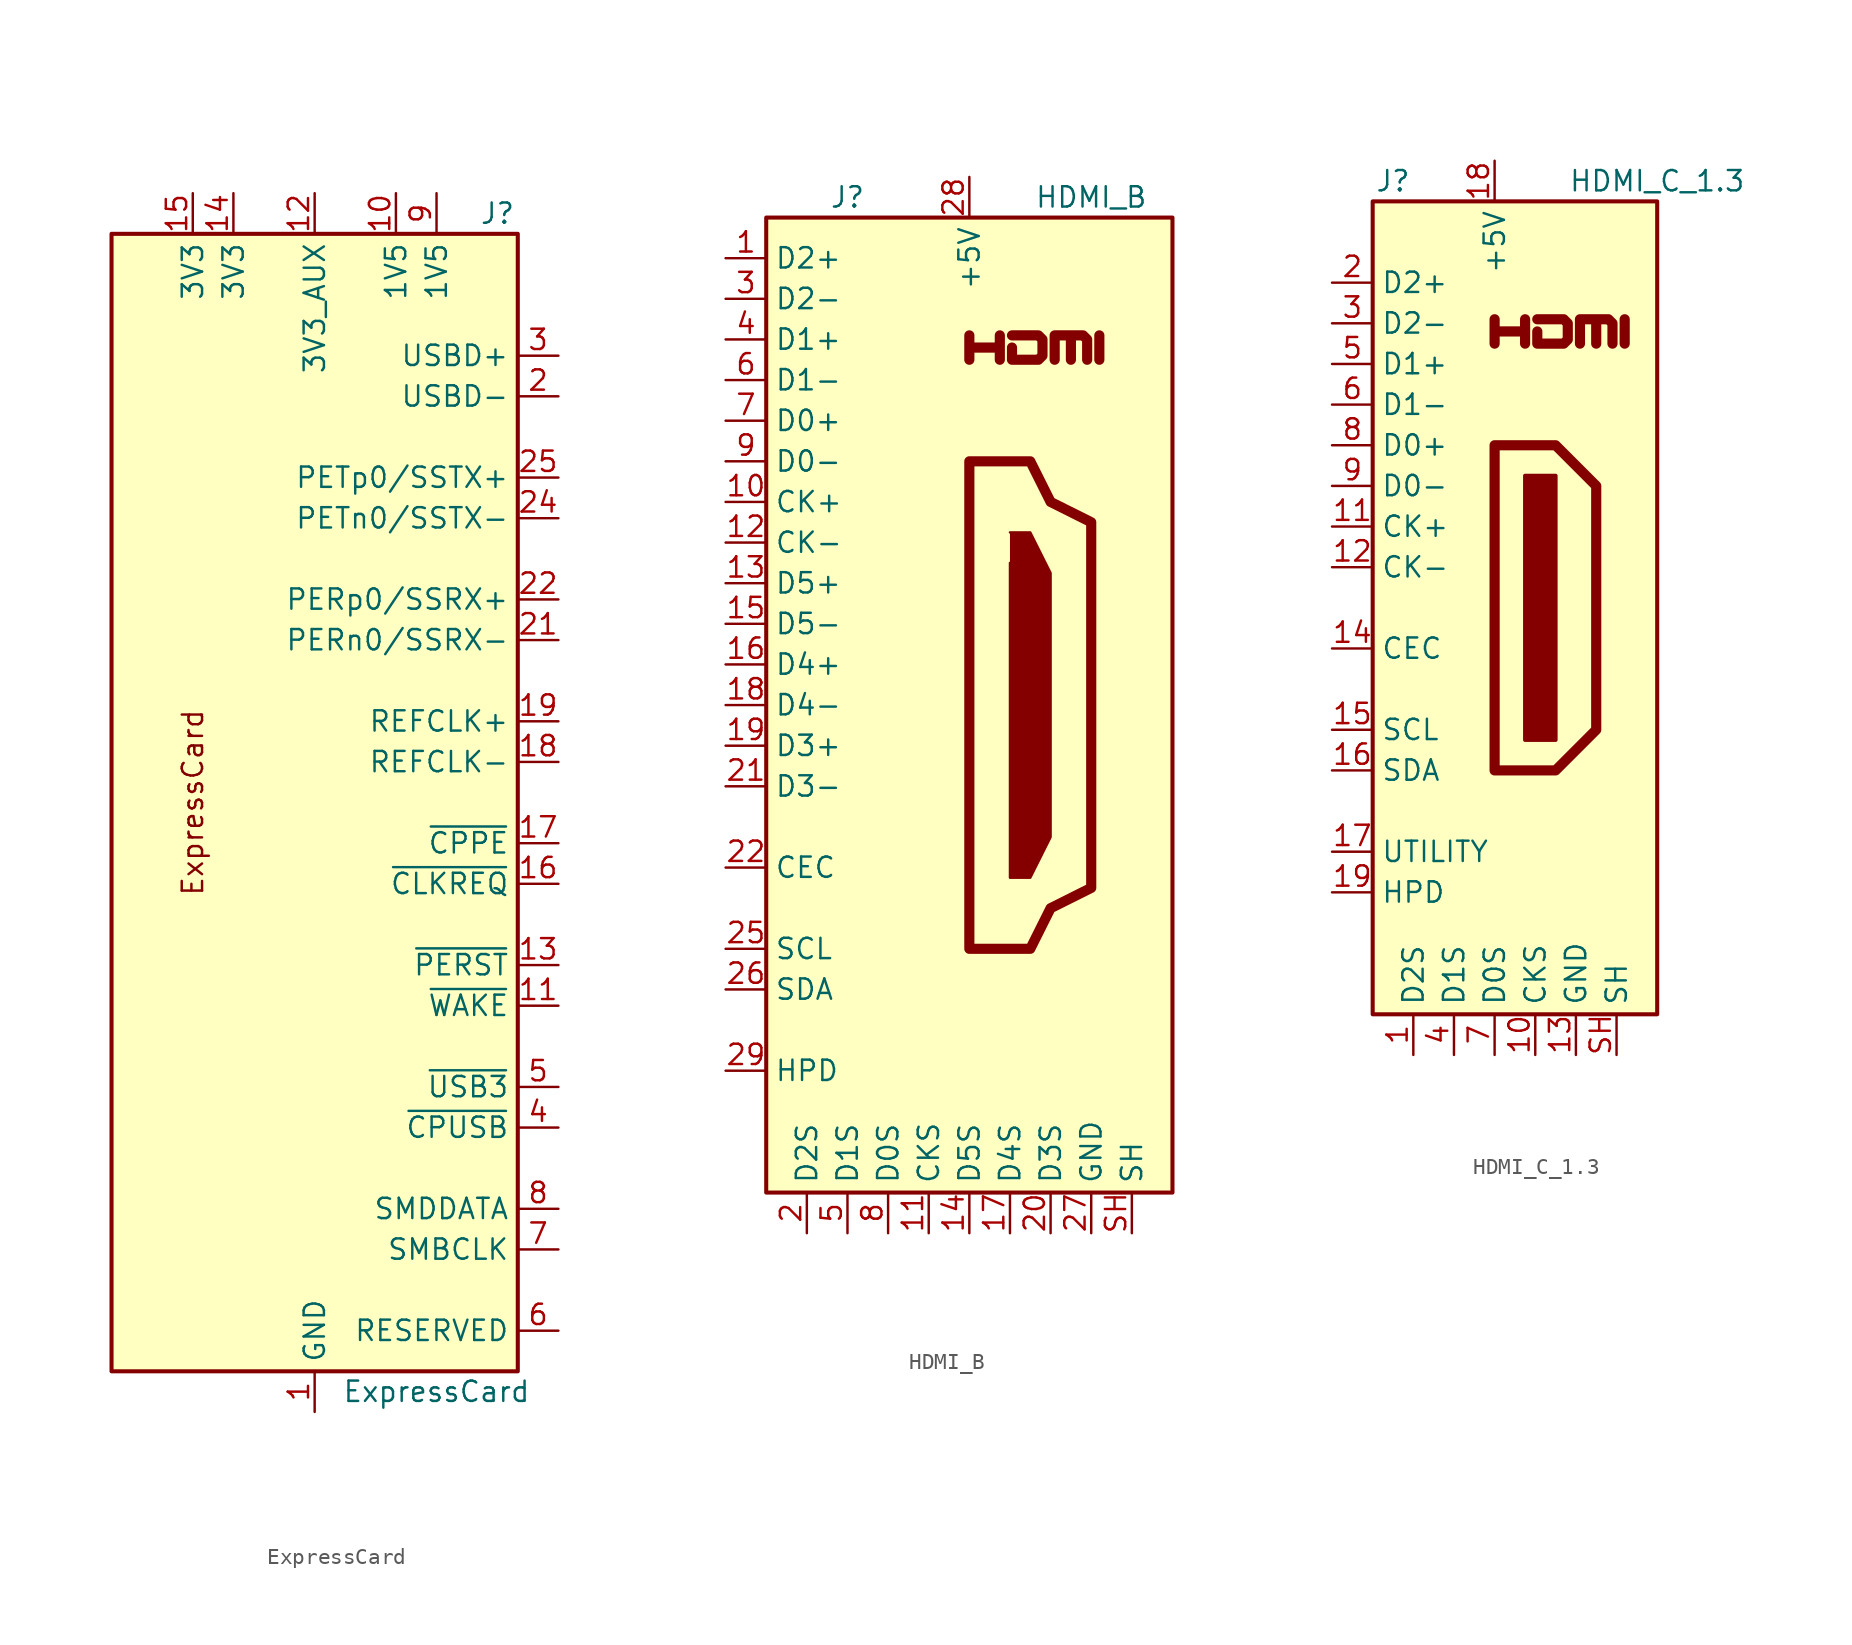
<source format=kicad_sym>
(kicad_symbol_lib
  (version 20220914)
  (generator kicad_symbol_editor)
  (symbol "ExpressCard"
    (property "Reference" "J"
      (at 11.43 36.83 0)
      (effects (font (size 1.27 1.27))))
    (property "Value" "ExpressCard"
      (at 7.62 -36.83 0)
      (effects (font (size 1.27 1.27))))
    (symbol "ExpressCard_0_0"
      (text "ExpressCard" (at -7.62 0 900) (effects (font (size 1.27 1.27)))))
    (symbol "ExpressCard_0_1"
      (rectangle (start -12.7 35.56) (end 12.7 -35.56) (stroke (width 0.254) (type default)) (fill (type background))))
    (symbol "ExpressCard_1_1"
      (pin power_out line (at 0 -38.1 90) (length 2.54) (name "GND" (effects (font (size 1.27 1.27)))) (number "1" (effects (font (size 1.27 1.27)))))
      (pin power_out line (at 5.08 38.1 270) (length 2.54) (name "1V5" (effects (font (size 1.27 1.27)))) (number "10" (effects (font (size 1.27 1.27)))))
      (pin input line (at 15.24 -12.7 180) (length 2.54) (name "~{WAKE}" (effects (font (size 1.27 1.27)))) (number "11" (effects (font (size 1.27 1.27)))))
      (pin power_out line (at 0 38.1 270) (length 2.54) (name "3V3_AUX" (effects (font (size 1.27 1.27)))) (number "12" (effects (font (size 1.27 1.27)))))
      (pin output line (at 15.24 -10.16 180) (length 2.54) (name "~{PERST}" (effects (font (size 1.27 1.27)))) (number "13" (effects (font (size 1.27 1.27)))))
      (pin power_out line (at -5.08 38.1 270) (length 2.54) (name "3V3" (effects (font (size 1.27 1.27)))) (number "14" (effects (font (size 1.27 1.27)))))
      (pin power_out line (at -7.62 38.1 270) (length 2.54) (name "3V3" (effects (font (size 1.27 1.27)))) (number "15" (effects (font (size 1.27 1.27)))))
      (pin input line (at 15.24 -5.08 180) (length 2.54) (name "~{CLKREQ}" (effects (font (size 1.27 1.27)))) (number "16" (effects (font (size 1.27 1.27)))))
      (pin input line (at 15.24 -2.54 180) (length 2.54) (name "~{CPPE}" (effects (font (size 1.27 1.27)))) (number "17" (effects (font (size 1.27 1.27)))))
      (pin output line (at 15.24 2.54 180) (length 2.54) (name "REFCLK-" (effects (font (size 1.27 1.27)))) (number "18" (effects (font (size 1.27 1.27)))))
      (pin output line (at 15.24 5.08 180) (length 2.54) (name "REFCLK+" (effects (font (size 1.27 1.27)))) (number "19" (effects (font (size 1.27 1.27)))))
      (pin bidirectional line (at 15.24 25.4 180) (length 2.54) (name "USBD-" (effects (font (size 1.27 1.27)))) (number "2" (effects (font (size 1.27 1.27)))))
      (pin passive line (at 0 -38.1 90) (length 2.54) hide (name "GND" (effects (font (size 1.27 1.27)))) (number "20" (effects (font (size 1.27 1.27)))))
      (pin input line (at 15.24 10.16 180) (length 2.54) (name "PERn0/SSRX-" (effects (font (size 1.27 1.27)))) (number "21" (effects (font (size 1.27 1.27)))))
      (pin input line (at 15.24 12.7 180) (length 2.54) (name "PERp0/SSRX+" (effects (font (size 1.27 1.27)))) (number "22" (effects (font (size 1.27 1.27)))))
      (pin passive line (at 0 -38.1 90) (length 2.54) hide (name "GND" (effects (font (size 1.27 1.27)))) (number "23" (effects (font (size 1.27 1.27)))))
      (pin output line (at 15.24 17.78 180) (length 2.54) (name "PETn0/SSTX-" (effects (font (size 1.27 1.27)))) (number "24" (effects (font (size 1.27 1.27)))))
      (pin output line (at 15.24 20.32 180) (length 2.54) (name "PETp0/SSTX+" (effects (font (size 1.27 1.27)))) (number "25" (effects (font (size 1.27 1.27)))))
      (pin passive line (at 0 -38.1 90) (length 2.54) hide (name "GND" (effects (font (size 1.27 1.27)))) (number "26" (effects (font (size 1.27 1.27)))))
      (pin bidirectional line (at 15.24 27.94 180) (length 2.54) (name "USBD+" (effects (font (size 1.27 1.27)))) (number "3" (effects (font (size 1.27 1.27)))))
      (pin input line (at 15.24 -20.32 180) (length 2.54) (name "~{CPUSB}" (effects (font (size 1.27 1.27)))) (number "4" (effects (font (size 1.27 1.27)))))
      (pin bidirectional line (at 15.24 -17.78 180) (length 2.54) (name "~{USB3}" (effects (font (size 1.27 1.27)))) (number "5" (effects (font (size 1.27 1.27)))))
      (pin passive line (at 15.24 -33.02 180) (length 2.54) (name "RESERVED" (effects (font (size 1.27 1.27)))) (number "6" (effects (font (size 1.27 1.27)))))
      (pin output line (at 15.24 -27.94 180) (length 2.54) (name "SMBCLK" (effects (font (size 1.27 1.27)))) (number "7" (effects (font (size 1.27 1.27)))))
      (pin bidirectional line (at 15.24 -25.4 180) (length 2.54) (name "SMDDATA" (effects (font (size 1.27 1.27)))) (number "8" (effects (font (size 1.27 1.27)))))
      (pin power_out line (at 7.62 38.1 270) (length 2.54) (name "1V5" (effects (font (size 1.27 1.27)))) (number "9" (effects (font (size 1.27 1.27)))))))
  (symbol "HDMI_B"
    (property "Reference" "J"
      (at -7.62 31.75 0)
      (effects (font (size 1.27 1.27))))
    (property "Value" "HDMI_B"
      (at 7.62 31.75 0)
      (effects (font (size 1.27 1.27))))
    (symbol "HDMI_B_0_0"
      (polyline (pts (xy 8.128 21.59) (xy 8.128 23.114)) (stroke (width 0.635) (type default)) (fill (type none)))
      (polyline (pts (xy 0 21.59) (xy 0 23.114) (xy 0 22.352) (xy 1.905 22.352) (xy 1.905 23.114) (xy 1.905 21.59)) (stroke (width 0.635) (type default)) (fill (type none)))
      (polyline (pts (xy 2.667 23.114) (xy 4.318 23.114) (xy 4.572 22.86) (xy 4.572 21.844) (xy 4.318 21.59) (xy 2.667 21.59) (xy 2.667 22.352)) (stroke (width 0.635) (type default)) (fill (type none))))
    (symbol "HDMI_B_0_1"
      (rectangle (start -12.7 30.48) (end 12.7 -30.48) (stroke (width 0.254) (type default)) (fill (type background)))
      (polyline (pts (xy 2.54 10.795) (xy 3.81 10.795) (xy 5.08 8.255) (xy 5.08 -8.255) (xy 3.81 -10.795) (xy 2.54 -10.795) (xy 2.54 8.89)) (stroke (width 0) (type default)) (fill (type outline)))
      (polyline (pts (xy 5.334 21.59) (xy 5.334 23.114) (xy 6.35 23.114) (xy 6.35 21.59) (xy 6.35 23.114) (xy 7.112 23.114) (xy 7.366 22.86) (xy 7.366 21.59)) (stroke (width 0.635) (type default)) (fill (type none)))
      (polyline (pts (xy 0 15.24) (xy 0 -15.24) (xy 3.81 -15.24) (xy 5.08 -12.7) (xy 7.62 -11.43) (xy 7.62 11.43) (xy 5.08 12.7) (xy 3.81 15.24) (xy 0 15.24)) (stroke (width 0.635) (type default)) (fill (type none))))
    (symbol "HDMI_B_1_1"
      (pin passive line (at -15.24 27.94 0) (length 2.54) (name "D2+" (effects (font (size 1.27 1.27)))) (number "1" (effects (font (size 1.27 1.27)))))
      (pin passive line (at -15.24 12.7 0) (length 2.54) (name "CK+" (effects (font (size 1.27 1.27)))) (number "10" (effects (font (size 1.27 1.27)))))
      (pin power_in line (at -2.54 -33.02 90) (length 2.54) (name "CKS" (effects (font (size 1.27 1.27)))) (number "11" (effects (font (size 1.27 1.27)))))
      (pin passive line (at -15.24 10.16 0) (length 2.54) (name "CK-" (effects (font (size 1.27 1.27)))) (number "12" (effects (font (size 1.27 1.27)))))
      (pin passive line (at -15.24 7.62 0) (length 2.54) (name "D5+" (effects (font (size 1.27 1.27)))) (number "13" (effects (font (size 1.27 1.27)))))
      (pin power_in line (at 0 -33.02 90) (length 2.54) (name "D5S" (effects (font (size 1.27 1.27)))) (number "14" (effects (font (size 1.27 1.27)))))
      (pin passive line (at -15.24 5.08 0) (length 2.54) (name "D5-" (effects (font (size 1.27 1.27)))) (number "15" (effects (font (size 1.27 1.27)))))
      (pin passive line (at -15.24 2.54 0) (length 2.54) (name "D4+" (effects (font (size 1.27 1.27)))) (number "16" (effects (font (size 1.27 1.27)))))
      (pin power_in line (at 2.54 -33.02 90) (length 2.54) (name "D4S" (effects (font (size 1.27 1.27)))) (number "17" (effects (font (size 1.27 1.27)))))
      (pin passive line (at -15.24 0 0) (length 2.54) (name "D4-" (effects (font (size 1.27 1.27)))) (number "18" (effects (font (size 1.27 1.27)))))
      (pin passive line (at -15.24 -2.54 0) (length 2.54) (name "D3+" (effects (font (size 1.27 1.27)))) (number "19" (effects (font (size 1.27 1.27)))))
      (pin power_in line (at -10.16 -33.02 90) (length 2.54) (name "D2S" (effects (font (size 1.27 1.27)))) (number "2" (effects (font (size 1.27 1.27)))))
      (pin power_in line (at 5.08 -33.02 90) (length 2.54) (name "D3S" (effects (font (size 1.27 1.27)))) (number "20" (effects (font (size 1.27 1.27)))))
      (pin passive line (at -15.24 -5.08 0) (length 2.54) (name "D3-" (effects (font (size 1.27 1.27)))) (number "21" (effects (font (size 1.27 1.27)))))
      (pin bidirectional line (at -15.24 -10.16 0) (length 2.54) (name "CEC" (effects (font (size 1.27 1.27)))) (number "22" (effects (font (size 1.27 1.27)))))
      (pin no_connect line (at -12.7 -12.7 0) (length 2.54) hide (name "NC" (effects (font (size 1.27 1.27)))) (number "23" (effects (font (size 1.27 1.27)))))
      (pin no_connect line (at -12.7 -20.32 0) (length 2.54) hide (name "NC" (effects (font (size 1.27 1.27)))) (number "24" (effects (font (size 1.27 1.27)))))
      (pin passive line (at -15.24 -15.24 0) (length 2.54) (name "SCL" (effects (font (size 1.27 1.27)))) (number "25" (effects (font (size 1.27 1.27)))))
      (pin bidirectional line (at -15.24 -17.78 0) (length 2.54) (name "SDA" (effects (font (size 1.27 1.27)))) (number "26" (effects (font (size 1.27 1.27)))))
      (pin power_in line (at 7.62 -33.02 90) (length 2.54) (name "GND" (effects (font (size 1.27 1.27)))) (number "27" (effects (font (size 1.27 1.27)))))
      (pin power_in line (at 0 33.02 270) (length 2.54) (name "+5V" (effects (font (size 1.27 1.27)))) (number "28" (effects (font (size 1.27 1.27)))))
      (pin passive line (at -15.24 -22.86 0) (length 2.54) (name "HPD" (effects (font (size 1.27 1.27)))) (number "29" (effects (font (size 1.27 1.27)))))
      (pin passive line (at -15.24 25.4 0) (length 2.54) (name "D2-" (effects (font (size 1.27 1.27)))) (number "3" (effects (font (size 1.27 1.27)))))
      (pin passive line (at -15.24 22.86 0) (length 2.54) (name "D1+" (effects (font (size 1.27 1.27)))) (number "4" (effects (font (size 1.27 1.27)))))
      (pin power_in line (at -7.62 -33.02 90) (length 2.54) (name "D1S" (effects (font (size 1.27 1.27)))) (number "5" (effects (font (size 1.27 1.27)))))
      (pin passive line (at -15.24 20.32 0) (length 2.54) (name "D1-" (effects (font (size 1.27 1.27)))) (number "6" (effects (font (size 1.27 1.27)))))
      (pin passive line (at -15.24 17.78 0) (length 2.54) (name "D0+" (effects (font (size 1.27 1.27)))) (number "7" (effects (font (size 1.27 1.27)))))
      (pin power_in line (at -5.08 -33.02 90) (length 2.54) (name "D0S" (effects (font (size 1.27 1.27)))) (number "8" (effects (font (size 1.27 1.27)))))
      (pin passive line (at -15.24 15.24 0) (length 2.54) (name "D0-" (effects (font (size 1.27 1.27)))) (number "9" (effects (font (size 1.27 1.27)))))
      (pin passive line (at 10.16 -33.02 90) (length 2.54) (name "SH" (effects (font (size 1.27 1.27)))) (number "SH" (effects (font (size 1.27 1.27)))))))
  (symbol "HDMI_C_1.3"
    (property "Reference" "J"
      (at -6.35 26.67 0)
      (effects (font (size 1.27 1.27))))
    (property "Value" "HDMI_C_1.3"
      (at 10.16 26.67 0)
      (effects (font (size 1.27 1.27))))
    (symbol "HDMI_C_1.3_0_0"
      (polyline (pts (xy 8.128 16.51) (xy 8.128 18.034)) (stroke (width 0.635) (type default)) (fill (type none)))
      (polyline (pts (xy 0 16.51) (xy 0 18.034) (xy 0 17.272) (xy 1.905 17.272) (xy 1.905 18.034) (xy 1.905 16.51)) (stroke (width 0.635) (type default)) (fill (type none)))
      (polyline (pts (xy 2.667 18.034) (xy 4.318 18.034) (xy 4.572 17.78) (xy 4.572 16.764) (xy 4.318 16.51) (xy 2.667 16.51) (xy 2.667 17.272)) (stroke (width 0.635) (type default)) (fill (type none))))
    (symbol "HDMI_C_1.3_0_1"
      (rectangle (start -7.62 25.4) (end 10.16 -25.4) (stroke (width 0.254) (type default)) (fill (type background)))
      (polyline (pts (xy 0 10.16) (xy 3.81 10.16) (xy 6.35 7.62) (xy 6.35 -7.62) (xy 3.81 -10.16) (xy 0 -10.16) (xy 0 10.16)) (stroke (width 0.635) (type default)) (fill (type none)))
      (polyline (pts (xy 5.334 16.51) (xy 5.334 18.034) (xy 6.35 18.034) (xy 6.35 16.51) (xy 6.35 18.034) (xy 7.112 18.034) (xy 7.366 17.78) (xy 7.366 16.51)) (stroke (width 0.635) (type default)) (fill (type none)))
      (rectangle (start 1.905 8.255) (end 3.81 -8.255) (stroke (width 0.254) (type default)) (fill (type outline))))
    (symbol "HDMI_C_1.3_1_1"
      (pin power_in line (at -5.08 -27.94 90) (length 2.54) (name "D2S" (effects (font (size 1.27 1.27)))) (number "1" (effects (font (size 1.27 1.27)))))
      (pin power_in line (at 2.54 -27.94 90) (length 2.54) (name "CKS" (effects (font (size 1.27 1.27)))) (number "10" (effects (font (size 1.27 1.27)))))
      (pin passive line (at -10.16 5.08 0) (length 2.54) (name "CK+" (effects (font (size 1.27 1.27)))) (number "11" (effects (font (size 1.27 1.27)))))
      (pin passive line (at -10.16 2.54 0) (length 2.54) (name "CK-" (effects (font (size 1.27 1.27)))) (number "12" (effects (font (size 1.27 1.27)))))
      (pin power_in line (at 5.08 -27.94 90) (length 2.54) (name "GND" (effects (font (size 1.27 1.27)))) (number "13" (effects (font (size 1.27 1.27)))))
      (pin bidirectional line (at -10.16 -2.54 0) (length 2.54) (name "CEC" (effects (font (size 1.27 1.27)))) (number "14" (effects (font (size 1.27 1.27)))))
      (pin passive line (at -10.16 -7.62 0) (length 2.54) (name "SCL" (effects (font (size 1.27 1.27)))) (number "15" (effects (font (size 1.27 1.27)))))
      (pin bidirectional line (at -10.16 -10.16 0) (length 2.54) (name "SDA" (effects (font (size 1.27 1.27)))) (number "16" (effects (font (size 1.27 1.27)))))
      (pin passive line (at -10.16 -15.24 0) (length 2.54) (name "UTILITY" (effects (font (size 1.27 1.27)))) (number "17" (effects (font (size 1.27 1.27)))))
      (pin power_in line (at 0 27.94 270) (length 2.54) (name "+5V" (effects (font (size 1.27 1.27)))) (number "18" (effects (font (size 1.27 1.27)))))
      (pin passive line (at -10.16 -17.78 0) (length 2.54) (name "HPD" (effects (font (size 1.27 1.27)))) (number "19" (effects (font (size 1.27 1.27)))))
      (pin passive line (at -10.16 20.32 0) (length 2.54) (name "D2+" (effects (font (size 1.27 1.27)))) (number "2" (effects (font (size 1.27 1.27)))))
      (pin passive line (at -10.16 17.78 0) (length 2.54) (name "D2-" (effects (font (size 1.27 1.27)))) (number "3" (effects (font (size 1.27 1.27)))))
      (pin power_in line (at -2.54 -27.94 90) (length 2.54) (name "D1S" (effects (font (size 1.27 1.27)))) (number "4" (effects (font (size 1.27 1.27)))))
      (pin passive line (at -10.16 15.24 0) (length 2.54) (name "D1+" (effects (font (size 1.27 1.27)))) (number "5" (effects (font (size 1.27 1.27)))))
      (pin passive line (at -10.16 12.7 0) (length 2.54) (name "D1-" (effects (font (size 1.27 1.27)))) (number "6" (effects (font (size 1.27 1.27)))))
      (pin power_in line (at 0 -27.94 90) (length 2.54) (name "D0S" (effects (font (size 1.27 1.27)))) (number "7" (effects (font (size 1.27 1.27)))))
      (pin passive line (at -10.16 10.16 0) (length 2.54) (name "D0+" (effects (font (size 1.27 1.27)))) (number "8" (effects (font (size 1.27 1.27)))))
      (pin passive line (at -10.16 7.62 0) (length 2.54) (name "D0-" (effects (font (size 1.27 1.27)))) (number "9" (effects (font (size 1.27 1.27)))))
      (pin passive line (at 7.62 -27.94 90) (length 2.54) (name "SH" (effects (font (size 1.27 1.27)))) (number "SH" (effects (font (size 1.27 1.27))))))))
</source>
